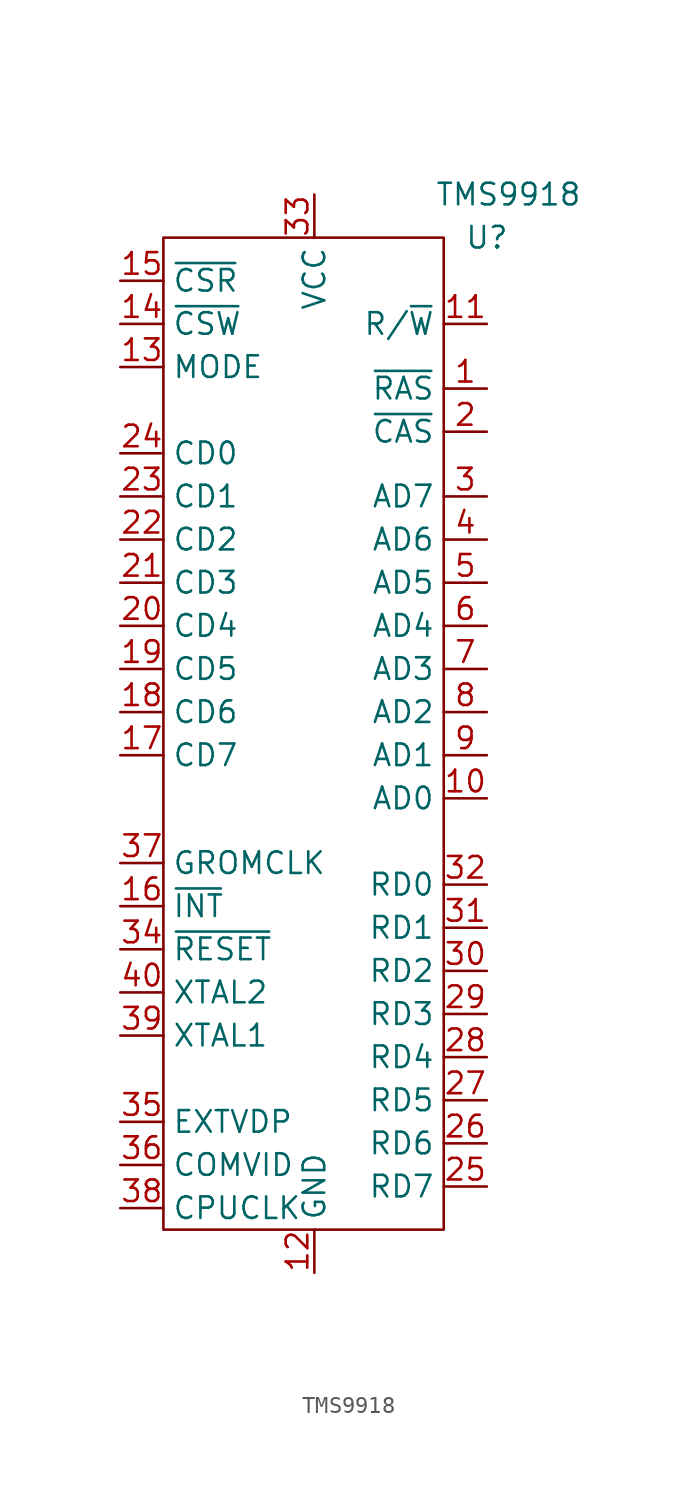
<source format=kicad_sym>
(kicad_symbol_lib
  (version 20211014)
  (generator kicad_symbol_editor)
  (symbol "TMS9918"
    (property "Reference" "U"
      (at 10.16 0 0)
      (effects (font (size 1.27 1.27))))
    (property "Value" "TMS9918"
      (at 11.43 2.54 0)
      (effects (font (size 1.27 1.27))))
    (symbol "TMS9918_0_1"
      (rectangle (start -8.89 0) (end 7.62 -58.42) (stroke (width 0) (type default) (color 0 0 0 0)) (fill (type none))))
    (symbol "TMS9918_1_1"
      (pin output line (at 10.16 -8.89 180) (length 2.54) (name "~{RAS}" (effects (font (size 1.27 1.27)))) (number "1" (effects (font (size 1.27 1.27)))))
      (pin bidirectional line (at 10.16 -33.02 180) (length 2.54) (name "AD0" (effects (font (size 1.27 1.27)))) (number "10" (effects (font (size 1.27 1.27)))))
      (pin output line (at 10.16 -5.08 180) (length 2.54) (name "R/~{W}" (effects (font (size 1.27 1.27)))) (number "11" (effects (font (size 1.27 1.27)))))
      (pin power_in line (at 0 -60.96 90) (length 2.54) (name "GND" (effects (font (size 1.27 1.27)))) (number "12" (effects (font (size 1.27 1.27)))))
      (pin input line (at -11.43 -7.62 0) (length 2.54) (name "MODE" (effects (font (size 1.27 1.27)))) (number "13" (effects (font (size 1.27 1.27)))))
      (pin input line (at -11.43 -5.08 0) (length 2.54) (name "~{CSW}" (effects (font (size 1.27 1.27)))) (number "14" (effects (font (size 1.27 1.27)))))
      (pin input line (at -11.43 -2.54 0) (length 2.54) (name "~{CSR}" (effects (font (size 1.27 1.27)))) (number "15" (effects (font (size 1.27 1.27)))))
      (pin output line (at -11.43 -39.37 0) (length 2.54) (name "~{INT}" (effects (font (size 1.27 1.27)))) (number "16" (effects (font (size 1.27 1.27)))))
      (pin bidirectional line (at -11.43 -30.48 0) (length 2.54) (name "CD7" (effects (font (size 1.27 1.27)))) (number "17" (effects (font (size 1.27 1.27)))))
      (pin bidirectional line (at -11.43 -27.94 0) (length 2.54) (name "CD6" (effects (font (size 1.27 1.27)))) (number "18" (effects (font (size 1.27 1.27)))))
      (pin bidirectional line (at -11.43 -25.4 0) (length 2.54) (name "CD5" (effects (font (size 1.27 1.27)))) (number "19" (effects (font (size 1.27 1.27)))))
      (pin output line (at 10.16 -11.43 180) (length 2.54) (name "~{CAS}" (effects (font (size 1.27 1.27)))) (number "2" (effects (font (size 1.27 1.27)))))
      (pin bidirectional line (at -11.43 -22.86 0) (length 2.54) (name "CD4" (effects (font (size 1.27 1.27)))) (number "20" (effects (font (size 1.27 1.27)))))
      (pin bidirectional line (at -11.43 -20.32 0) (length 2.54) (name "CD3" (effects (font (size 1.27 1.27)))) (number "21" (effects (font (size 1.27 1.27)))))
      (pin bidirectional line (at -11.43 -17.78 0) (length 2.54) (name "CD2" (effects (font (size 1.27 1.27)))) (number "22" (effects (font (size 1.27 1.27)))))
      (pin bidirectional line (at -11.43 -15.24 0) (length 2.54) (name "CD1" (effects (font (size 1.27 1.27)))) (number "23" (effects (font (size 1.27 1.27)))))
      (pin bidirectional line (at -11.43 -12.7 0) (length 2.54) (name "CD0" (effects (font (size 1.27 1.27)))) (number "24" (effects (font (size 1.27 1.27)))))
      (pin bidirectional line (at 10.16 -55.88 180) (length 2.54) (name "RD7" (effects (font (size 1.27 1.27)))) (number "25" (effects (font (size 1.27 1.27)))))
      (pin bidirectional line (at 10.16 -53.34 180) (length 2.54) (name "RD6" (effects (font (size 1.27 1.27)))) (number "26" (effects (font (size 1.27 1.27)))))
      (pin bidirectional line (at 10.16 -50.8 180) (length 2.54) (name "RD5" (effects (font (size 1.27 1.27)))) (number "27" (effects (font (size 1.27 1.27)))))
      (pin bidirectional line (at 10.16 -48.26 180) (length 2.54) (name "RD4" (effects (font (size 1.27 1.27)))) (number "28" (effects (font (size 1.27 1.27)))))
      (pin bidirectional line (at 10.16 -45.72 180) (length 2.54) (name "RD3" (effects (font (size 1.27 1.27)))) (number "29" (effects (font (size 1.27 1.27)))))
      (pin bidirectional line (at 10.16 -15.24 180) (length 2.54) (name "AD7" (effects (font (size 1.27 1.27)))) (number "3" (effects (font (size 1.27 1.27)))))
      (pin bidirectional line (at 10.16 -43.18 180) (length 2.54) (name "RD2" (effects (font (size 1.27 1.27)))) (number "30" (effects (font (size 1.27 1.27)))))
      (pin bidirectional line (at 10.16 -40.64 180) (length 2.54) (name "RD1" (effects (font (size 1.27 1.27)))) (number "31" (effects (font (size 1.27 1.27)))))
      (pin bidirectional line (at 10.16 -38.1 180) (length 2.54) (name "RD0" (effects (font (size 1.27 1.27)))) (number "32" (effects (font (size 1.27 1.27)))))
      (pin power_in line (at 0 2.54 270) (length 2.54) (name "VCC" (effects (font (size 1.27 1.27)))) (number "33" (effects (font (size 1.27 1.27)))))
      (pin output line (at -11.43 -41.91 0) (length 2.54) (name "~{RESET}" (effects (font (size 1.27 1.27)))) (number "34" (effects (font (size 1.27 1.27)))))
      (pin output line (at -11.43 -52.07 0) (length 2.54) (name "EXTVDP" (effects (font (size 1.27 1.27)))) (number "35" (effects (font (size 1.27 1.27)))))
      (pin output line (at -11.43 -54.61 0) (length 2.54) (name "COMVID" (effects (font (size 1.27 1.27)))) (number "36" (effects (font (size 1.27 1.27)))))
      (pin output line (at -11.43 -36.83 0) (length 2.54) (name "GROMCLK" (effects (font (size 1.27 1.27)))) (number "37" (effects (font (size 1.27 1.27)))))
      (pin output line (at -11.43 -57.15 0) (length 2.54) (name "CPUCLK" (effects (font (size 1.27 1.27)))) (number "38" (effects (font (size 1.27 1.27)))))
      (pin input line (at -11.43 -46.99 0) (length 2.54) (name "XTAL1" (effects (font (size 1.27 1.27)))) (number "39" (effects (font (size 1.27 1.27)))))
      (pin bidirectional line (at 10.16 -17.78 180) (length 2.54) (name "AD6" (effects (font (size 1.27 1.27)))) (number "4" (effects (font (size 1.27 1.27)))))
      (pin input line (at -11.43 -44.45 0) (length 2.54) (name "XTAL2" (effects (font (size 1.27 1.27)))) (number "40" (effects (font (size 1.27 1.27)))))
      (pin bidirectional line (at 10.16 -20.32 180) (length 2.54) (name "AD5" (effects (font (size 1.27 1.27)))) (number "5" (effects (font (size 1.27 1.27)))))
      (pin bidirectional line (at 10.16 -22.86 180) (length 2.54) (name "AD4" (effects (font (size 1.27 1.27)))) (number "6" (effects (font (size 1.27 1.27)))))
      (pin bidirectional line (at 10.16 -25.4 180) (length 2.54) (name "AD3" (effects (font (size 1.27 1.27)))) (number "7" (effects (font (size 1.27 1.27)))))
      (pin bidirectional line (at 10.16 -27.94 180) (length 2.54) (name "AD2" (effects (font (size 1.27 1.27)))) (number "8" (effects (font (size 1.27 1.27)))))
      (pin bidirectional line (at 10.16 -30.48 180) (length 2.54) (name "AD1" (effects (font (size 1.27 1.27)))) (number "9" (effects (font (size 1.27 1.27))))))))
</source>
